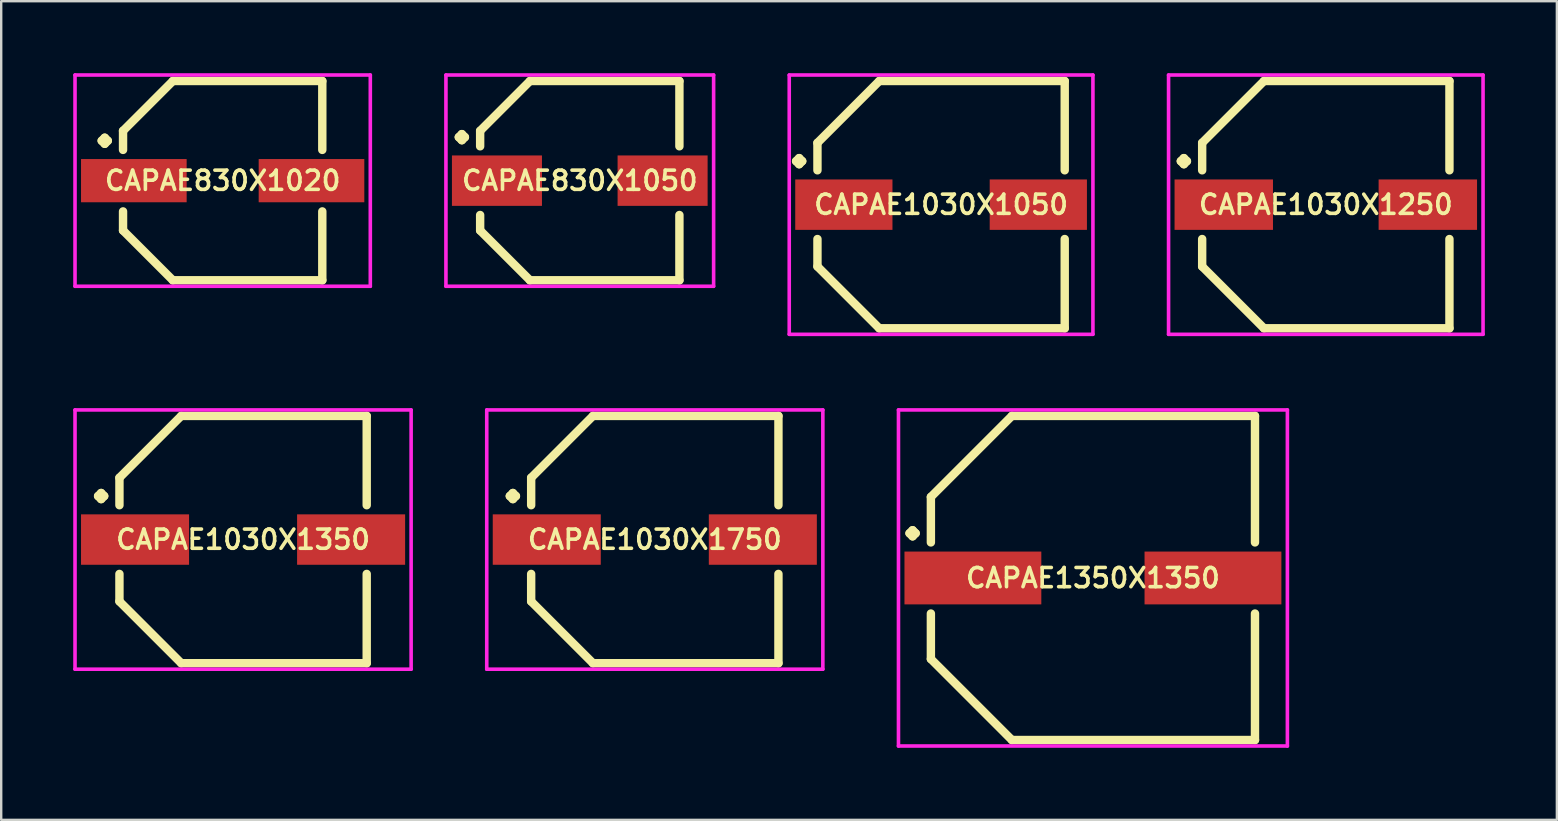
<source format=kicad_pcb>
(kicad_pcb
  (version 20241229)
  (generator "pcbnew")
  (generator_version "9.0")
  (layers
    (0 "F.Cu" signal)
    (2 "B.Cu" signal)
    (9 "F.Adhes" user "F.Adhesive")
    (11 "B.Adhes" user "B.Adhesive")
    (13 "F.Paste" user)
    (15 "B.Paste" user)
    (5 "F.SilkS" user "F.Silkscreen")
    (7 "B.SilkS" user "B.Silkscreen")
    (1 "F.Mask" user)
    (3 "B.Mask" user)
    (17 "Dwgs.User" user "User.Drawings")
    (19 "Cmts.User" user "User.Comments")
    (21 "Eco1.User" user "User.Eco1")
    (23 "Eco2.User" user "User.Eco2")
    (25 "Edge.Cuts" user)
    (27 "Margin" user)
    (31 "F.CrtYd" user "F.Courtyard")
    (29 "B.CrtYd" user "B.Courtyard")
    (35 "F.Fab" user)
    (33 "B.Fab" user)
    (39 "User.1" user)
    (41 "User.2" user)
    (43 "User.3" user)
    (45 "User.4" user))
  (footprint "CAPAE1030X1350"
    (layer "F.Cu")
    (at 7.075 19.425)
    (property "Reference" "CAPAE1030X1350" (at 0 0 0) (layer "F.SilkS") (effects (font (size 0.8 0.8) (thickness 0.15))))
    (attr smd)
    (fp_line (start -6.039 -1.812) (end -5.912 -1.939) (stroke (width 0.35) (type solid)) (layer "F.SilkS"))
    (fp_line (start -5.912 -1.939) (end -5.785 -1.812) (stroke (width 0.35) (type solid)) (layer "F.SilkS"))
    (fp_line (start -5.912 -1.685) (end -6.039 -1.812) (stroke (width 0.35) (type solid)) (layer "F.SilkS"))
    (fp_line (start -5.785 -1.812) (end -5.912 -1.685) (stroke (width 0.35) (type solid)) (layer "F.SilkS"))
    (fp_line (start -5.15 -2.575) (end -5.15 -1.431) (stroke (width 0.35) (type solid)) (layer "F.SilkS"))
    (fp_line (start -5.15 2.575) (end -5.15 1.431) (stroke (width 0.35) (type solid)) (layer "F.SilkS"))
    (fp_line (start -2.575 -5.15) (end -5.15 -2.575) (stroke (width 0.35) (type solid)) (layer "F.SilkS"))
    (fp_line (start -2.575 5.15) (end -5.15 2.575) (stroke (width 0.35) (type solid)) (layer "F.SilkS"))
    (fp_line (start 5.15 -5.15) (end -2.575 -5.15) (stroke (width 0.35) (type solid)) (layer "F.SilkS"))
    (fp_line (start 5.15 -1.431) (end 5.15 -5.15) (stroke (width 0.35) (type solid)) (layer "F.SilkS"))
    (fp_line (start 5.15 1.431) (end 5.15 5.15) (stroke (width 0.35) (type solid)) (layer "F.SilkS"))
    (fp_line (start 5.15 5.15) (end -2.575 5.15) (stroke (width 0.35) (type solid)) (layer "F.SilkS"))
    (fp_line (start -7 -5.4) (end 7 -5.4) (stroke (width 0.15) (type solid)) (layer "F.CrtYd"))
    (fp_line (start -7 5.4) (end -7 -5.4) (stroke (width 0.15) (type solid)) (layer "F.CrtYd"))
    (fp_line (start 7 -5.4) (end 7 5.4) (stroke (width 0.15) (type solid)) (layer "F.CrtYd"))
    (fp_line (start 7 5.4) (end -7 5.4) (stroke (width 0.15) (type solid)) (layer "F.CrtYd"))
    (pad "1" smd rect (at -4.5 0) (size 4.5 2.1) (layers "F.Cu" "F.Mask" "F.Paste"))
    (pad "2" smd rect (at 4.5 0) (size 4.5 2.1) (layers "F.Cu" "F.Mask" "F.Paste")))
  (footprint "CAPAE1030X1250"
    (layer "F.Cu")
    (at 52.175 5.475)
    (property "Reference" "CAPAE1030X1250" (at 0 0 0) (layer "F.SilkS") (effects (font (size 0.8 0.8) (thickness 0.15))))
    (attr smd)
    (fp_line (start -6.039 -1.812) (end -5.912 -1.939) (stroke (width 0.35) (type solid)) (layer "F.SilkS"))
    (fp_line (start -5.912 -1.939) (end -5.785 -1.812) (stroke (width 0.35) (type solid)) (layer "F.SilkS"))
    (fp_line (start -5.912 -1.685) (end -6.039 -1.812) (stroke (width 0.35) (type solid)) (layer "F.SilkS"))
    (fp_line (start -5.785 -1.812) (end -5.912 -1.685) (stroke (width 0.35) (type solid)) (layer "F.SilkS"))
    (fp_line (start -5.15 -2.575) (end -5.15 -1.431) (stroke (width 0.35) (type solid)) (layer "F.SilkS"))
    (fp_line (start -5.15 2.575) (end -5.15 1.431) (stroke (width 0.35) (type solid)) (layer "F.SilkS"))
    (fp_line (start -2.575 -5.15) (end -5.15 -2.575) (stroke (width 0.35) (type solid)) (layer "F.SilkS"))
    (fp_line (start -2.575 5.15) (end -5.15 2.575) (stroke (width 0.35) (type solid)) (layer "F.SilkS"))
    (fp_line (start 5.15 -5.15) (end -2.575 -5.15) (stroke (width 0.35) (type solid)) (layer "F.SilkS"))
    (fp_line (start 5.15 -1.431) (end 5.15 -5.15) (stroke (width 0.35) (type solid)) (layer "F.SilkS"))
    (fp_line (start 5.15 1.431) (end 5.15 5.15) (stroke (width 0.35) (type solid)) (layer "F.SilkS"))
    (fp_line (start 5.15 5.15) (end -2.575 5.15) (stroke (width 0.35) (type solid)) (layer "F.SilkS"))
    (fp_line (start -6.55 -5.4) (end 6.55 -5.4) (stroke (width 0.15) (type solid)) (layer "F.CrtYd"))
    (fp_line (start -6.55 5.4) (end -6.55 -5.4) (stroke (width 0.15) (type solid)) (layer "F.CrtYd"))
    (fp_line (start 6.55 -5.4) (end 6.55 5.4) (stroke (width 0.15) (type solid)) (layer "F.CrtYd"))
    (fp_line (start 6.55 5.4) (end -6.55 5.4) (stroke (width 0.15) (type solid)) (layer "F.CrtYd"))
    (pad "1" smd rect (at -4.25 0) (size 4.1 2.1) (layers "F.Cu" "F.Mask" "F.Paste"))
    (pad "2" smd rect (at 4.25 0) (size 4.1 2.1) (layers "F.Cu" "F.Mask" "F.Paste")))
  (footprint "CAPAE1030X1750"
    (layer "F.Cu")
    (at 24.225 19.425)
    (property "Reference" "CAPAE1030X1750" (at 0 0 0) (layer "F.SilkS") (effects (font (size 0.8 0.8) (thickness 0.15))))
    (attr smd)
    (fp_line (start -6.039 -1.812) (end -5.912 -1.939) (stroke (width 0.35) (type solid)) (layer "F.SilkS"))
    (fp_line (start -5.912 -1.939) (end -5.785 -1.812) (stroke (width 0.35) (type solid)) (layer "F.SilkS"))
    (fp_line (start -5.912 -1.685) (end -6.039 -1.812) (stroke (width 0.35) (type solid)) (layer "F.SilkS"))
    (fp_line (start -5.785 -1.812) (end -5.912 -1.685) (stroke (width 0.35) (type solid)) (layer "F.SilkS"))
    (fp_line (start -5.15 -2.575) (end -5.15 -1.431) (stroke (width 0.35) (type solid)) (layer "F.SilkS"))
    (fp_line (start -5.15 2.575) (end -5.15 1.431) (stroke (width 0.35) (type solid)) (layer "F.SilkS"))
    (fp_line (start -2.575 -5.15) (end -5.15 -2.575) (stroke (width 0.35) (type solid)) (layer "F.SilkS"))
    (fp_line (start -2.575 5.15) (end -5.15 2.575) (stroke (width 0.35) (type solid)) (layer "F.SilkS"))
    (fp_line (start 5.15 -5.15) (end -2.575 -5.15) (stroke (width 0.35) (type solid)) (layer "F.SilkS"))
    (fp_line (start 5.15 -1.431) (end 5.15 -5.15) (stroke (width 0.35) (type solid)) (layer "F.SilkS"))
    (fp_line (start 5.15 1.431) (end 5.15 5.15) (stroke (width 0.35) (type solid)) (layer "F.SilkS"))
    (fp_line (start 5.15 5.15) (end -2.575 5.15) (stroke (width 0.35) (type solid)) (layer "F.SilkS"))
    (fp_line (start -7 -5.4) (end 7 -5.4) (stroke (width 0.15) (type solid)) (layer "F.CrtYd"))
    (fp_line (start -7 5.4) (end -7 -5.4) (stroke (width 0.15) (type solid)) (layer "F.CrtYd"))
    (fp_line (start 7 -5.4) (end 7 5.4) (stroke (width 0.15) (type solid)) (layer "F.CrtYd"))
    (fp_line (start 7 5.4) (end -7 5.4) (stroke (width 0.15) (type solid)) (layer "F.CrtYd"))
    (pad "1" smd rect (at -4.5 0) (size 4.5 2.1) (layers "F.Cu" "F.Mask" "F.Paste"))
    (pad "2" smd rect (at 4.5 0) (size 4.5 2.1) (layers "F.Cu" "F.Mask" "F.Paste")))
  (footprint "CAPAE830X1050"
    (layer "F.Cu")
    (at 21.1 4.475)
    (property "Reference" "CAPAE830X1050" (at 0 0 0) (layer "F.SilkS") (effects (font (size 0.8 0.8) (thickness 0.15))))
    (attr smd)
    (fp_line (start -5.039 -1.812) (end -4.912 -1.939) (stroke (width 0.35) (type solid)) (layer "F.SilkS"))
    (fp_line (start -4.912 -1.939) (end -4.785 -1.812) (stroke (width 0.35) (type solid)) (layer "F.SilkS"))
    (fp_line (start -4.912 -1.685) (end -5.039 -1.812) (stroke (width 0.35) (type solid)) (layer "F.SilkS"))
    (fp_line (start -4.785 -1.812) (end -4.912 -1.685) (stroke (width 0.35) (type solid)) (layer "F.SilkS"))
    (fp_line (start -4.15 -2.075) (end -4.15 -1.431) (stroke (width 0.35) (type solid)) (layer "F.SilkS"))
    (fp_line (start -4.15 2.075) (end -4.15 1.431) (stroke (width 0.35) (type solid)) (layer "F.SilkS"))
    (fp_line (start -2.075 -4.15) (end -4.15 -2.075) (stroke (width 0.35) (type solid)) (layer "F.SilkS"))
    (fp_line (start -2.075 4.15) (end -4.15 2.075) (stroke (width 0.35) (type solid)) (layer "F.SilkS"))
    (fp_line (start 4.15 -4.15) (end -2.075 -4.15) (stroke (width 0.35) (type solid)) (layer "F.SilkS"))
    (fp_line (start 4.15 -1.431) (end 4.15 -4.15) (stroke (width 0.35) (type solid)) (layer "F.SilkS"))
    (fp_line (start 4.15 1.431) (end 4.15 4.15) (stroke (width 0.35) (type solid)) (layer "F.SilkS"))
    (fp_line (start 4.15 4.15) (end -2.075 4.15) (stroke (width 0.35) (type solid)) (layer "F.SilkS"))
    (fp_line (start -5.575 -4.4) (end 5.575 -4.4) (stroke (width 0.15) (type solid)) (layer "F.CrtYd"))
    (fp_line (start -5.575 4.4) (end -5.575 -4.4) (stroke (width 0.15) (type solid)) (layer "F.CrtYd"))
    (fp_line (start 5.575 -4.4) (end 5.575 4.4) (stroke (width 0.15) (type solid)) (layer "F.CrtYd"))
    (fp_line (start 5.575 4.4) (end -5.575 4.4) (stroke (width 0.15) (type solid)) (layer "F.CrtYd"))
    (pad "1" smd rect (at -3.45 0) (size 3.75 2.1) (layers "F.Cu" "F.Mask" "F.Paste"))
    (pad "2" smd rect (at 3.45 0) (size 3.75 2.1) (layers "F.Cu" "F.Mask" "F.Paste")))
  (footprint "CAPAE830X1020"
    (layer "F.Cu")
    (at 6.225 4.475)
    (property "Reference" "CAPAE830X1020" (at 0 0 0) (layer "F.SilkS") (effects (font (size 0.8 0.8) (thickness 0.15))))
    (attr smd)
    (fp_line (start -5.039 -1.662) (end -4.912 -1.789) (stroke (width 0.35) (type solid)) (layer "F.SilkS"))
    (fp_line (start -4.912 -1.789) (end -4.785 -1.662) (stroke (width 0.35) (type solid)) (layer "F.SilkS"))
    (fp_line (start -4.912 -1.535) (end -5.039 -1.662) (stroke (width 0.35) (type solid)) (layer "F.SilkS"))
    (fp_line (start -4.785 -1.662) (end -4.912 -1.535) (stroke (width 0.35) (type solid)) (layer "F.SilkS"))
    (fp_line (start -4.15 -2.075) (end -4.15 -1.281) (stroke (width 0.35) (type solid)) (layer "F.SilkS"))
    (fp_line (start -4.15 2.075) (end -4.15 1.281) (stroke (width 0.35) (type solid)) (layer "F.SilkS"))
    (fp_line (start -2.075 -4.15) (end -4.15 -2.075) (stroke (width 0.35) (type solid)) (layer "F.SilkS"))
    (fp_line (start -2.075 4.15) (end -4.15 2.075) (stroke (width 0.35) (type solid)) (layer "F.SilkS"))
    (fp_line (start 4.15 -4.15) (end -2.075 -4.15) (stroke (width 0.35) (type solid)) (layer "F.SilkS"))
    (fp_line (start 4.15 -1.281) (end 4.15 -4.15) (stroke (width 0.35) (type solid)) (layer "F.SilkS"))
    (fp_line (start 4.15 1.281) (end 4.15 4.15) (stroke (width 0.35) (type solid)) (layer "F.SilkS"))
    (fp_line (start 4.15 4.15) (end -2.075 4.15) (stroke (width 0.35) (type solid)) (layer "F.SilkS"))
    (fp_line (start -6.15 -4.4) (end 6.15 -4.4) (stroke (width 0.15) (type solid)) (layer "F.CrtYd"))
    (fp_line (start -6.15 4.4) (end -6.15 -4.4) (stroke (width 0.15) (type solid)) (layer "F.CrtYd"))
    (fp_line (start 6.15 -4.4) (end 6.15 4.4) (stroke (width 0.15) (type solid)) (layer "F.CrtYd"))
    (fp_line (start 6.15 4.4) (end -6.15 4.4) (stroke (width 0.15) (type solid)) (layer "F.CrtYd"))
    (pad "1" smd rect (at -3.7 0) (size 4.4 1.8) (layers "F.Cu" "F.Mask" "F.Paste"))
    (pad "2" smd rect (at 3.7 0) (size 4.4 1.8) (layers "F.Cu" "F.Mask" "F.Paste")))
  (footprint "CAPAE1030X1050"
    (layer "F.Cu")
    (at 36.15 5.475)
    (property "Reference" "CAPAE1030X1050" (at 0 0 0) (layer "F.SilkS") (effects (font (size 0.8 0.8) (thickness 0.15))))
    (attr smd)
    (fp_line (start -6.039 -1.812) (end -5.912 -1.939) (stroke (width 0.35) (type solid)) (layer "F.SilkS"))
    (fp_line (start -5.912 -1.939) (end -5.785 -1.812) (stroke (width 0.35) (type solid)) (layer "F.SilkS"))
    (fp_line (start -5.912 -1.685) (end -6.039 -1.812) (stroke (width 0.35) (type solid)) (layer "F.SilkS"))
    (fp_line (start -5.785 -1.812) (end -5.912 -1.685) (stroke (width 0.35) (type solid)) (layer "F.SilkS"))
    (fp_line (start -5.15 -2.575) (end -5.15 -1.431) (stroke (width 0.35) (type solid)) (layer "F.SilkS"))
    (fp_line (start -5.15 2.575) (end -5.15 1.431) (stroke (width 0.35) (type solid)) (layer "F.SilkS"))
    (fp_line (start -2.575 -5.15) (end -5.15 -2.575) (stroke (width 0.35) (type solid)) (layer "F.SilkS"))
    (fp_line (start -2.575 5.15) (end -5.15 2.575) (stroke (width 0.35) (type solid)) (layer "F.SilkS"))
    (fp_line (start 5.15 -5.15) (end -2.575 -5.15) (stroke (width 0.35) (type solid)) (layer "F.SilkS"))
    (fp_line (start 5.15 -1.431) (end 5.15 -5.15) (stroke (width 0.35) (type solid)) (layer "F.SilkS"))
    (fp_line (start 5.15 1.431) (end 5.15 5.15) (stroke (width 0.35) (type solid)) (layer "F.SilkS"))
    (fp_line (start 5.15 5.15) (end -2.575 5.15) (stroke (width 0.35) (type solid)) (layer "F.SilkS"))
    (fp_line (start -6.325 -5.4) (end 6.325 -5.4) (stroke (width 0.15) (type solid)) (layer "F.CrtYd"))
    (fp_line (start -6.325 5.4) (end -6.325 -5.4) (stroke (width 0.15) (type solid)) (layer "F.CrtYd"))
    (fp_line (start 6.325 -5.4) (end 6.325 5.4) (stroke (width 0.15) (type solid)) (layer "F.CrtYd"))
    (fp_line (start 6.325 5.4) (end -6.325 5.4) (stroke (width 0.15) (type solid)) (layer "F.CrtYd"))
    (pad "1" smd rect (at -4.05 0) (size 4.05 2.1) (layers "F.Cu" "F.Mask" "F.Paste"))
    (pad "2" smd rect (at 4.05 0) (size 4.05 2.1) (layers "F.Cu" "F.Mask" "F.Paste")))
  (footprint "CAPAE1350X1350"
    (layer "F.Cu")
    (at 42.475 21.025)
    (property "Reference" "CAPAE1350X1350" (at 0 0 0) (layer "F.SilkS") (effects (font (size 0.8 0.8) (thickness 0.15))))
    (attr smd)
    (fp_line (start -7.639 -1.862) (end -7.512 -1.989) (stroke (width 0.35) (type solid)) (layer "F.SilkS"))
    (fp_line (start -7.512 -1.989) (end -7.385 -1.862) (stroke (width 0.35) (type solid)) (layer "F.SilkS"))
    (fp_line (start -7.512 -1.735) (end -7.639 -1.862) (stroke (width 0.35) (type solid)) (layer "F.SilkS"))
    (fp_line (start -7.385 -1.862) (end -7.512 -1.735) (stroke (width 0.35) (type solid)) (layer "F.SilkS"))
    (fp_line (start -6.75 -3.375) (end -6.75 -1.481) (stroke (width 0.35) (type solid)) (layer "F.SilkS"))
    (fp_line (start -6.75 3.375) (end -6.75 1.481) (stroke (width 0.35) (type solid)) (layer "F.SilkS"))
    (fp_line (start -3.375 -6.75) (end -6.75 -3.375) (stroke (width 0.35) (type solid)) (layer "F.SilkS"))
    (fp_line (start -3.375 6.75) (end -6.75 3.375) (stroke (width 0.35) (type solid)) (layer "F.SilkS"))
    (fp_line (start 6.75 -6.75) (end -3.375 -6.75) (stroke (width 0.35) (type solid)) (layer "F.SilkS"))
    (fp_line (start 6.75 -1.481) (end 6.75 -6.75) (stroke (width 0.35) (type solid)) (layer "F.SilkS"))
    (fp_line (start 6.75 1.481) (end 6.75 6.75) (stroke (width 0.35) (type solid)) (layer "F.SilkS"))
    (fp_line (start 6.75 6.75) (end -3.375 6.75) (stroke (width 0.35) (type solid)) (layer "F.SilkS"))
    (fp_line (start -8.1 -7) (end 8.1 -7) (stroke (width 0.15) (type solid)) (layer "F.CrtYd"))
    (fp_line (start -8.1 7) (end -8.1 -7) (stroke (width 0.15) (type solid)) (layer "F.CrtYd"))
    (fp_line (start 8.1 -7) (end 8.1 7) (stroke (width 0.15) (type solid)) (layer "F.CrtYd"))
    (fp_line (start 8.1 7) (end -8.1 7) (stroke (width 0.15) (type solid)) (layer "F.CrtYd"))
    (pad "1" smd rect (at -5 0) (size 5.7 2.2) (layers "F.Cu" "F.Mask" "F.Paste"))
    (pad "2" smd rect (at 5 0) (size 5.7 2.2) (layers "F.Cu" "F.Mask" "F.Paste")))
  (gr_rect
    (start -3 -3)
    (end 61.8 31.1)
    (stroke (width 0.1) (type default))
    (fill no)
    (layer "Edge.Cuts")))
</source>
